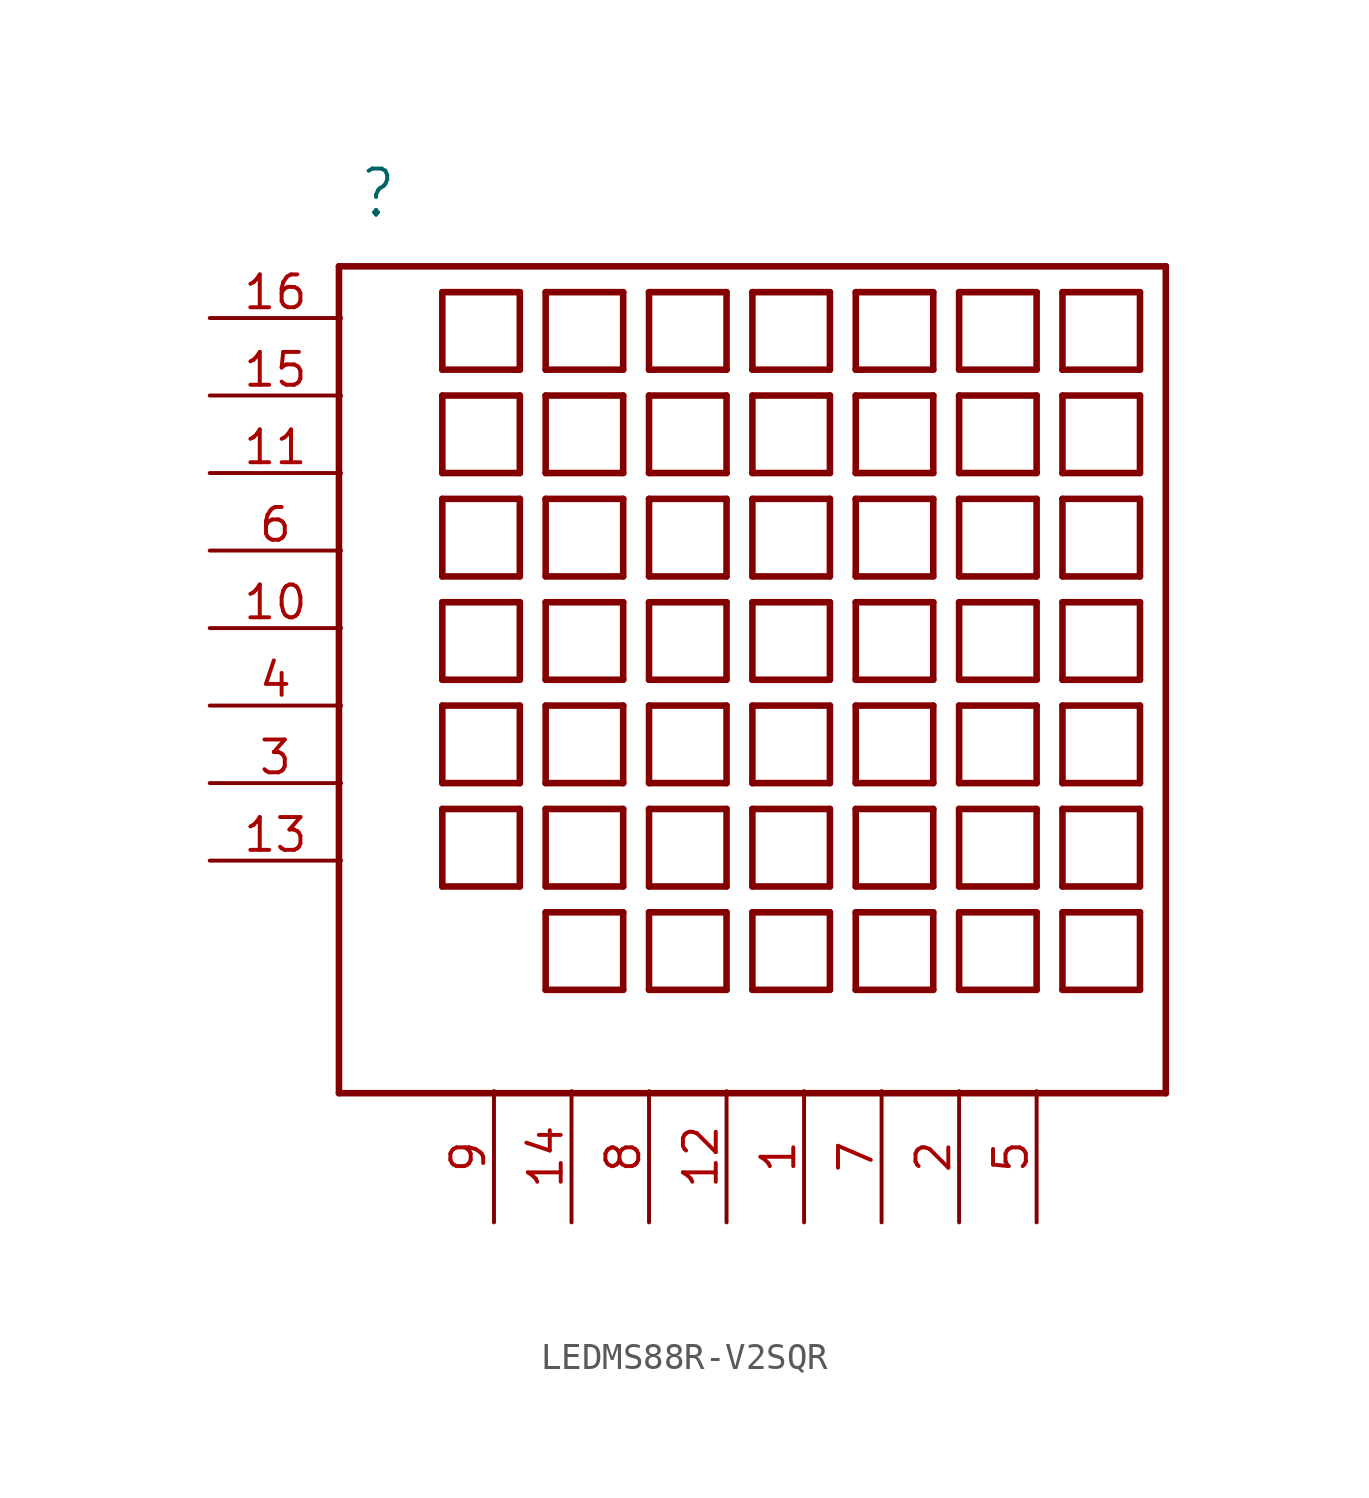
<source format=kicad_sym>
(kicad_symbol_lib
  (version 20211014)
  (generator kicad_symbol_editor)
  (symbol "LEDMS88R-V2SQR"
    (property "Reference" ""
      (at -15.24 17.78 0)
      (effects (font (size 1.778 1.511)) (justify left bottom)))
    (property "ki_locked" ""
      (at 0 0 0)
      (effects (font (size 1.27 1.27))))
    (symbol "LEDMS88R-V2SQR_1_0"
      (polyline (pts (xy -16 -16) (xy -16 16)) (stroke (width 0.254) (type default) (color 0 0 0 0)) (fill (type none)))
      (polyline (pts (xy -16 16) (xy 16 16)) (stroke (width 0.254) (type default) (color 0 0 0 0)) (fill (type none)))
      (polyline (pts (xy -12 -8) (xy -12 -5)) (stroke (width 0.254) (type default) (color 0 0 0 0)) (fill (type none)))
      (polyline (pts (xy -12 -5) (xy -9 -5)) (stroke (width 0.254) (type default) (color 0 0 0 0)) (fill (type none)))
      (polyline (pts (xy -12 -4) (xy -12 -1)) (stroke (width 0.254) (type default) (color 0 0 0 0)) (fill (type none)))
      (polyline (pts (xy -12 -1) (xy -9 -1)) (stroke (width 0.254) (type default) (color 0 0 0 0)) (fill (type none)))
      (polyline (pts (xy -12 0) (xy -12 3)) (stroke (width 0.254) (type default) (color 0 0 0 0)) (fill (type none)))
      (polyline (pts (xy -12 3) (xy -9 3)) (stroke (width 0.254) (type default) (color 0 0 0 0)) (fill (type none)))
      (polyline (pts (xy -12 4) (xy -12 7)) (stroke (width 0.254) (type default) (color 0 0 0 0)) (fill (type none)))
      (polyline (pts (xy -12 7) (xy -9 7)) (stroke (width 0.254) (type default) (color 0 0 0 0)) (fill (type none)))
      (polyline (pts (xy -12 8) (xy -12 11)) (stroke (width 0.254) (type default) (color 0 0 0 0)) (fill (type none)))
      (polyline (pts (xy -12 11) (xy -9 11)) (stroke (width 0.254) (type default) (color 0 0 0 0)) (fill (type none)))
      (polyline (pts (xy -12 12) (xy -12 15)) (stroke (width 0.254) (type default) (color 0 0 0 0)) (fill (type none)))
      (polyline (pts (xy -12 15) (xy -9 15)) (stroke (width 0.254) (type default) (color 0 0 0 0)) (fill (type none)))
      (polyline (pts (xy -9 -8) (xy -12 -8)) (stroke (width 0.254) (type default) (color 0 0 0 0)) (fill (type none)))
      (polyline (pts (xy -9 -5) (xy -9 -8)) (stroke (width 0.254) (type default) (color 0 0 0 0)) (fill (type none)))
      (polyline (pts (xy -9 -4) (xy -12 -4)) (stroke (width 0.254) (type default) (color 0 0 0 0)) (fill (type none)))
      (polyline (pts (xy -9 -1) (xy -9 -4)) (stroke (width 0.254) (type default) (color 0 0 0 0)) (fill (type none)))
      (polyline (pts (xy -9 0) (xy -12 0)) (stroke (width 0.254) (type default) (color 0 0 0 0)) (fill (type none)))
      (polyline (pts (xy -9 3) (xy -9 0)) (stroke (width 0.254) (type default) (color 0 0 0 0)) (fill (type none)))
      (polyline (pts (xy -9 4) (xy -12 4)) (stroke (width 0.254) (type default) (color 0 0 0 0)) (fill (type none)))
      (polyline (pts (xy -9 7) (xy -9 4)) (stroke (width 0.254) (type default) (color 0 0 0 0)) (fill (type none)))
      (polyline (pts (xy -9 8) (xy -12 8)) (stroke (width 0.254) (type default) (color 0 0 0 0)) (fill (type none)))
      (polyline (pts (xy -9 11) (xy -9 8)) (stroke (width 0.254) (type default) (color 0 0 0 0)) (fill (type none)))
      (polyline (pts (xy -9 12) (xy -12 12)) (stroke (width 0.254) (type default) (color 0 0 0 0)) (fill (type none)))
      (polyline (pts (xy -9 15) (xy -9 12)) (stroke (width 0.254) (type default) (color 0 0 0 0)) (fill (type none)))
      (polyline (pts (xy -8 -12) (xy -8 -9)) (stroke (width 0.254) (type default) (color 0 0 0 0)) (fill (type none)))
      (polyline (pts (xy -8 -9) (xy -5 -9)) (stroke (width 0.254) (type default) (color 0 0 0 0)) (fill (type none)))
      (polyline (pts (xy -8 -8) (xy -8 -5)) (stroke (width 0.254) (type default) (color 0 0 0 0)) (fill (type none)))
      (polyline (pts (xy -8 -5) (xy -5 -5)) (stroke (width 0.254) (type default) (color 0 0 0 0)) (fill (type none)))
      (polyline (pts (xy -8 -4) (xy -8 -1)) (stroke (width 0.254) (type default) (color 0 0 0 0)) (fill (type none)))
      (polyline (pts (xy -8 -1) (xy -5 -1)) (stroke (width 0.254) (type default) (color 0 0 0 0)) (fill (type none)))
      (polyline (pts (xy -8 0) (xy -8 3)) (stroke (width 0.254) (type default) (color 0 0 0 0)) (fill (type none)))
      (polyline (pts (xy -8 3) (xy -5 3)) (stroke (width 0.254) (type default) (color 0 0 0 0)) (fill (type none)))
      (polyline (pts (xy -8 4) (xy -8 7)) (stroke (width 0.254) (type default) (color 0 0 0 0)) (fill (type none)))
      (polyline (pts (xy -8 7) (xy -5 7)) (stroke (width 0.254) (type default) (color 0 0 0 0)) (fill (type none)))
      (polyline (pts (xy -8 8) (xy -8 11)) (stroke (width 0.254) (type default) (color 0 0 0 0)) (fill (type none)))
      (polyline (pts (xy -8 11) (xy -5 11)) (stroke (width 0.254) (type default) (color 0 0 0 0)) (fill (type none)))
      (polyline (pts (xy -8 12) (xy -8 15)) (stroke (width 0.254) (type default) (color 0 0 0 0)) (fill (type none)))
      (polyline (pts (xy -8 15) (xy -5 15)) (stroke (width 0.254) (type default) (color 0 0 0 0)) (fill (type none)))
      (polyline (pts (xy -5 -12) (xy -8 -12)) (stroke (width 0.254) (type default) (color 0 0 0 0)) (fill (type none)))
      (polyline (pts (xy -5 -9) (xy -5 -12)) (stroke (width 0.254) (type default) (color 0 0 0 0)) (fill (type none)))
      (polyline (pts (xy -5 -8) (xy -8 -8)) (stroke (width 0.254) (type default) (color 0 0 0 0)) (fill (type none)))
      (polyline (pts (xy -5 -5) (xy -5 -8)) (stroke (width 0.254) (type default) (color 0 0 0 0)) (fill (type none)))
      (polyline (pts (xy -5 -4) (xy -8 -4)) (stroke (width 0.254) (type default) (color 0 0 0 0)) (fill (type none)))
      (polyline (pts (xy -5 -1) (xy -5 -4)) (stroke (width 0.254) (type default) (color 0 0 0 0)) (fill (type none)))
      (polyline (pts (xy -5 0) (xy -8 0)) (stroke (width 0.254) (type default) (color 0 0 0 0)) (fill (type none)))
      (polyline (pts (xy -5 3) (xy -5 0)) (stroke (width 0.254) (type default) (color 0 0 0 0)) (fill (type none)))
      (polyline (pts (xy -5 4) (xy -8 4)) (stroke (width 0.254) (type default) (color 0 0 0 0)) (fill (type none)))
      (polyline (pts (xy -5 7) (xy -5 4)) (stroke (width 0.254) (type default) (color 0 0 0 0)) (fill (type none)))
      (polyline (pts (xy -5 8) (xy -8 8)) (stroke (width 0.254) (type default) (color 0 0 0 0)) (fill (type none)))
      (polyline (pts (xy -5 11) (xy -5 8)) (stroke (width 0.254) (type default) (color 0 0 0 0)) (fill (type none)))
      (polyline (pts (xy -5 12) (xy -8 12)) (stroke (width 0.254) (type default) (color 0 0 0 0)) (fill (type none)))
      (polyline (pts (xy -5 15) (xy -5 12)) (stroke (width 0.254) (type default) (color 0 0 0 0)) (fill (type none)))
      (polyline (pts (xy -4 -12) (xy -4 -9)) (stroke (width 0.254) (type default) (color 0 0 0 0)) (fill (type none)))
      (polyline (pts (xy -4 -9) (xy -1 -9)) (stroke (width 0.254) (type default) (color 0 0 0 0)) (fill (type none)))
      (polyline (pts (xy -4 -8) (xy -4 -5)) (stroke (width 0.254) (type default) (color 0 0 0 0)) (fill (type none)))
      (polyline (pts (xy -4 -5) (xy -1 -5)) (stroke (width 0.254) (type default) (color 0 0 0 0)) (fill (type none)))
      (polyline (pts (xy -4 -4) (xy -4 -1)) (stroke (width 0.254) (type default) (color 0 0 0 0)) (fill (type none)))
      (polyline (pts (xy -4 -1) (xy -1 -1)) (stroke (width 0.254) (type default) (color 0 0 0 0)) (fill (type none)))
      (polyline (pts (xy -4 0) (xy -4 3)) (stroke (width 0.254) (type default) (color 0 0 0 0)) (fill (type none)))
      (polyline (pts (xy -4 3) (xy -1 3)) (stroke (width 0.254) (type default) (color 0 0 0 0)) (fill (type none)))
      (polyline (pts (xy -4 4) (xy -4 7)) (stroke (width 0.254) (type default) (color 0 0 0 0)) (fill (type none)))
      (polyline (pts (xy -4 7) (xy -1 7)) (stroke (width 0.254) (type default) (color 0 0 0 0)) (fill (type none)))
      (polyline (pts (xy -4 8) (xy -4 11)) (stroke (width 0.254) (type default) (color 0 0 0 0)) (fill (type none)))
      (polyline (pts (xy -4 11) (xy -1 11)) (stroke (width 0.254) (type default) (color 0 0 0 0)) (fill (type none)))
      (polyline (pts (xy -4 12) (xy -4 15)) (stroke (width 0.254) (type default) (color 0 0 0 0)) (fill (type none)))
      (polyline (pts (xy -4 15) (xy -1 15)) (stroke (width 0.254) (type default) (color 0 0 0 0)) (fill (type none)))
      (polyline (pts (xy -1 -12) (xy -4 -12)) (stroke (width 0.254) (type default) (color 0 0 0 0)) (fill (type none)))
      (polyline (pts (xy -1 -9) (xy -1 -12)) (stroke (width 0.254) (type default) (color 0 0 0 0)) (fill (type none)))
      (polyline (pts (xy -1 -8) (xy -4 -8)) (stroke (width 0.254) (type default) (color 0 0 0 0)) (fill (type none)))
      (polyline (pts (xy -1 -5) (xy -1 -8)) (stroke (width 0.254) (type default) (color 0 0 0 0)) (fill (type none)))
      (polyline (pts (xy -1 -4) (xy -4 -4)) (stroke (width 0.254) (type default) (color 0 0 0 0)) (fill (type none)))
      (polyline (pts (xy -1 -1) (xy -1 -4)) (stroke (width 0.254) (type default) (color 0 0 0 0)) (fill (type none)))
      (polyline (pts (xy -1 0) (xy -4 0)) (stroke (width 0.254) (type default) (color 0 0 0 0)) (fill (type none)))
      (polyline (pts (xy -1 3) (xy -1 0)) (stroke (width 0.254) (type default) (color 0 0 0 0)) (fill (type none)))
      (polyline (pts (xy -1 4) (xy -4 4)) (stroke (width 0.254) (type default) (color 0 0 0 0)) (fill (type none)))
      (polyline (pts (xy -1 7) (xy -1 4)) (stroke (width 0.254) (type default) (color 0 0 0 0)) (fill (type none)))
      (polyline (pts (xy -1 8) (xy -4 8)) (stroke (width 0.254) (type default) (color 0 0 0 0)) (fill (type none)))
      (polyline (pts (xy -1 11) (xy -1 8)) (stroke (width 0.254) (type default) (color 0 0 0 0)) (fill (type none)))
      (polyline (pts (xy -1 12) (xy -4 12)) (stroke (width 0.254) (type default) (color 0 0 0 0)) (fill (type none)))
      (polyline (pts (xy -1 15) (xy -1 12)) (stroke (width 0.254) (type default) (color 0 0 0 0)) (fill (type none)))
      (polyline (pts (xy 0 -12) (xy 0 -9)) (stroke (width 0.254) (type default) (color 0 0 0 0)) (fill (type none)))
      (polyline (pts (xy 0 -9) (xy 3 -9)) (stroke (width 0.254) (type default) (color 0 0 0 0)) (fill (type none)))
      (polyline (pts (xy 0 -8) (xy 0 -5)) (stroke (width 0.254) (type default) (color 0 0 0 0)) (fill (type none)))
      (polyline (pts (xy 0 -5) (xy 3 -5)) (stroke (width 0.254) (type default) (color 0 0 0 0)) (fill (type none)))
      (polyline (pts (xy 0 -4) (xy 0 -1)) (stroke (width 0.254) (type default) (color 0 0 0 0)) (fill (type none)))
      (polyline (pts (xy 0 -1) (xy 3 -1)) (stroke (width 0.254) (type default) (color 0 0 0 0)) (fill (type none)))
      (polyline (pts (xy 0 0) (xy 0 3)) (stroke (width 0.254) (type default) (color 0 0 0 0)) (fill (type none)))
      (polyline (pts (xy 0 3) (xy 3 3)) (stroke (width 0.254) (type default) (color 0 0 0 0)) (fill (type none)))
      (polyline (pts (xy 0 4) (xy 0 7)) (stroke (width 0.254) (type default) (color 0 0 0 0)) (fill (type none)))
      (polyline (pts (xy 0 7) (xy 3 7)) (stroke (width 0.254) (type default) (color 0 0 0 0)) (fill (type none)))
      (polyline (pts (xy 0 8) (xy 0 11)) (stroke (width 0.254) (type default) (color 0 0 0 0)) (fill (type none)))
      (polyline (pts (xy 0 11) (xy 3 11)) (stroke (width 0.254) (type default) (color 0 0 0 0)) (fill (type none)))
      (polyline (pts (xy 0 12) (xy 0 15)) (stroke (width 0.254) (type default) (color 0 0 0 0)) (fill (type none)))
      (polyline (pts (xy 0 15) (xy 3 15)) (stroke (width 0.254) (type default) (color 0 0 0 0)) (fill (type none)))
      (polyline (pts (xy 3 -12) (xy 0 -12)) (stroke (width 0.254) (type default) (color 0 0 0 0)) (fill (type none)))
      (polyline (pts (xy 3 -9) (xy 3 -12)) (stroke (width 0.254) (type default) (color 0 0 0 0)) (fill (type none)))
      (polyline (pts (xy 3 -8) (xy 0 -8)) (stroke (width 0.254) (type default) (color 0 0 0 0)) (fill (type none)))
      (polyline (pts (xy 3 -5) (xy 3 -8)) (stroke (width 0.254) (type default) (color 0 0 0 0)) (fill (type none)))
      (polyline (pts (xy 3 -4) (xy 0 -4)) (stroke (width 0.254) (type default) (color 0 0 0 0)) (fill (type none)))
      (polyline (pts (xy 3 -1) (xy 3 -4)) (stroke (width 0.254) (type default) (color 0 0 0 0)) (fill (type none)))
      (polyline (pts (xy 3 0) (xy 0 0)) (stroke (width 0.254) (type default) (color 0 0 0 0)) (fill (type none)))
      (polyline (pts (xy 3 3) (xy 3 0)) (stroke (width 0.254) (type default) (color 0 0 0 0)) (fill (type none)))
      (polyline (pts (xy 3 4) (xy 0 4)) (stroke (width 0.254) (type default) (color 0 0 0 0)) (fill (type none)))
      (polyline (pts (xy 3 7) (xy 3 4)) (stroke (width 0.254) (type default) (color 0 0 0 0)) (fill (type none)))
      (polyline (pts (xy 3 8) (xy 0 8)) (stroke (width 0.254) (type default) (color 0 0 0 0)) (fill (type none)))
      (polyline (pts (xy 3 11) (xy 3 8)) (stroke (width 0.254) (type default) (color 0 0 0 0)) (fill (type none)))
      (polyline (pts (xy 3 12) (xy 0 12)) (stroke (width 0.254) (type default) (color 0 0 0 0)) (fill (type none)))
      (polyline (pts (xy 3 15) (xy 3 12)) (stroke (width 0.254) (type default) (color 0 0 0 0)) (fill (type none)))
      (polyline (pts (xy 4 -12) (xy 4 -9)) (stroke (width 0.254) (type default) (color 0 0 0 0)) (fill (type none)))
      (polyline (pts (xy 4 -9) (xy 7 -9)) (stroke (width 0.254) (type default) (color 0 0 0 0)) (fill (type none)))
      (polyline (pts (xy 4 -8) (xy 4 -5)) (stroke (width 0.254) (type default) (color 0 0 0 0)) (fill (type none)))
      (polyline (pts (xy 4 -5) (xy 7 -5)) (stroke (width 0.254) (type default) (color 0 0 0 0)) (fill (type none)))
      (polyline (pts (xy 4 -4) (xy 4 -1)) (stroke (width 0.254) (type default) (color 0 0 0 0)) (fill (type none)))
      (polyline (pts (xy 4 -1) (xy 7 -1)) (stroke (width 0.254) (type default) (color 0 0 0 0)) (fill (type none)))
      (polyline (pts (xy 4 0) (xy 4 3)) (stroke (width 0.254) (type default) (color 0 0 0 0)) (fill (type none)))
      (polyline (pts (xy 4 3) (xy 7 3)) (stroke (width 0.254) (type default) (color 0 0 0 0)) (fill (type none)))
      (polyline (pts (xy 4 4) (xy 4 7)) (stroke (width 0.254) (type default) (color 0 0 0 0)) (fill (type none)))
      (polyline (pts (xy 4 7) (xy 7 7)) (stroke (width 0.254) (type default) (color 0 0 0 0)) (fill (type none)))
      (polyline (pts (xy 4 8) (xy 4 11)) (stroke (width 0.254) (type default) (color 0 0 0 0)) (fill (type none)))
      (polyline (pts (xy 4 11) (xy 7 11)) (stroke (width 0.254) (type default) (color 0 0 0 0)) (fill (type none)))
      (polyline (pts (xy 4 12) (xy 4 15)) (stroke (width 0.254) (type default) (color 0 0 0 0)) (fill (type none)))
      (polyline (pts (xy 4 15) (xy 7 15)) (stroke (width 0.254) (type default) (color 0 0 0 0)) (fill (type none)))
      (polyline (pts (xy 7 -12) (xy 4 -12)) (stroke (width 0.254) (type default) (color 0 0 0 0)) (fill (type none)))
      (polyline (pts (xy 7 -9) (xy 7 -12)) (stroke (width 0.254) (type default) (color 0 0 0 0)) (fill (type none)))
      (polyline (pts (xy 7 -8) (xy 4 -8)) (stroke (width 0.254) (type default) (color 0 0 0 0)) (fill (type none)))
      (polyline (pts (xy 7 -5) (xy 7 -8)) (stroke (width 0.254) (type default) (color 0 0 0 0)) (fill (type none)))
      (polyline (pts (xy 7 -4) (xy 4 -4)) (stroke (width 0.254) (type default) (color 0 0 0 0)) (fill (type none)))
      (polyline (pts (xy 7 -1) (xy 7 -4)) (stroke (width 0.254) (type default) (color 0 0 0 0)) (fill (type none)))
      (polyline (pts (xy 7 0) (xy 4 0)) (stroke (width 0.254) (type default) (color 0 0 0 0)) (fill (type none)))
      (polyline (pts (xy 7 3) (xy 7 0)) (stroke (width 0.254) (type default) (color 0 0 0 0)) (fill (type none)))
      (polyline (pts (xy 7 4) (xy 4 4)) (stroke (width 0.254) (type default) (color 0 0 0 0)) (fill (type none)))
      (polyline (pts (xy 7 7) (xy 7 4)) (stroke (width 0.254) (type default) (color 0 0 0 0)) (fill (type none)))
      (polyline (pts (xy 7 8) (xy 4 8)) (stroke (width 0.254) (type default) (color 0 0 0 0)) (fill (type none)))
      (polyline (pts (xy 7 11) (xy 7 8)) (stroke (width 0.254) (type default) (color 0 0 0 0)) (fill (type none)))
      (polyline (pts (xy 7 12) (xy 4 12)) (stroke (width 0.254) (type default) (color 0 0 0 0)) (fill (type none)))
      (polyline (pts (xy 7 15) (xy 7 12)) (stroke (width 0.254) (type default) (color 0 0 0 0)) (fill (type none)))
      (polyline (pts (xy 8 -12) (xy 8 -9)) (stroke (width 0.254) (type default) (color 0 0 0 0)) (fill (type none)))
      (polyline (pts (xy 8 -9) (xy 11 -9)) (stroke (width 0.254) (type default) (color 0 0 0 0)) (fill (type none)))
      (polyline (pts (xy 8 -8) (xy 8 -5)) (stroke (width 0.254) (type default) (color 0 0 0 0)) (fill (type none)))
      (polyline (pts (xy 8 -5) (xy 11 -5)) (stroke (width 0.254) (type default) (color 0 0 0 0)) (fill (type none)))
      (polyline (pts (xy 8 -4) (xy 8 -1)) (stroke (width 0.254) (type default) (color 0 0 0 0)) (fill (type none)))
      (polyline (pts (xy 8 -1) (xy 11 -1)) (stroke (width 0.254) (type default) (color 0 0 0 0)) (fill (type none)))
      (polyline (pts (xy 8 0) (xy 8 3)) (stroke (width 0.254) (type default) (color 0 0 0 0)) (fill (type none)))
      (polyline (pts (xy 8 3) (xy 11 3)) (stroke (width 0.254) (type default) (color 0 0 0 0)) (fill (type none)))
      (polyline (pts (xy 8 4) (xy 8 7)) (stroke (width 0.254) (type default) (color 0 0 0 0)) (fill (type none)))
      (polyline (pts (xy 8 7) (xy 11 7)) (stroke (width 0.254) (type default) (color 0 0 0 0)) (fill (type none)))
      (polyline (pts (xy 8 8) (xy 8 11)) (stroke (width 0.254) (type default) (color 0 0 0 0)) (fill (type none)))
      (polyline (pts (xy 8 11) (xy 11 11)) (stroke (width 0.254) (type default) (color 0 0 0 0)) (fill (type none)))
      (polyline (pts (xy 8 12) (xy 8 15)) (stroke (width 0.254) (type default) (color 0 0 0 0)) (fill (type none)))
      (polyline (pts (xy 8 15) (xy 11 15)) (stroke (width 0.254) (type default) (color 0 0 0 0)) (fill (type none)))
      (polyline (pts (xy 11 -12) (xy 8 -12)) (stroke (width 0.254) (type default) (color 0 0 0 0)) (fill (type none)))
      (polyline (pts (xy 11 -9) (xy 11 -12)) (stroke (width 0.254) (type default) (color 0 0 0 0)) (fill (type none)))
      (polyline (pts (xy 11 -8) (xy 8 -8)) (stroke (width 0.254) (type default) (color 0 0 0 0)) (fill (type none)))
      (polyline (pts (xy 11 -5) (xy 11 -8)) (stroke (width 0.254) (type default) (color 0 0 0 0)) (fill (type none)))
      (polyline (pts (xy 11 -4) (xy 8 -4)) (stroke (width 0.254) (type default) (color 0 0 0 0)) (fill (type none)))
      (polyline (pts (xy 11 -1) (xy 11 -4)) (stroke (width 0.254) (type default) (color 0 0 0 0)) (fill (type none)))
      (polyline (pts (xy 11 0) (xy 8 0)) (stroke (width 0.254) (type default) (color 0 0 0 0)) (fill (type none)))
      (polyline (pts (xy 11 3) (xy 11 0)) (stroke (width 0.254) (type default) (color 0 0 0 0)) (fill (type none)))
      (polyline (pts (xy 11 4) (xy 8 4)) (stroke (width 0.254) (type default) (color 0 0 0 0)) (fill (type none)))
      (polyline (pts (xy 11 7) (xy 11 4)) (stroke (width 0.254) (type default) (color 0 0 0 0)) (fill (type none)))
      (polyline (pts (xy 11 8) (xy 8 8)) (stroke (width 0.254) (type default) (color 0 0 0 0)) (fill (type none)))
      (polyline (pts (xy 11 11) (xy 11 8)) (stroke (width 0.254) (type default) (color 0 0 0 0)) (fill (type none)))
      (polyline (pts (xy 11 12) (xy 8 12)) (stroke (width 0.254) (type default) (color 0 0 0 0)) (fill (type none)))
      (polyline (pts (xy 11 15) (xy 11 12)) (stroke (width 0.254) (type default) (color 0 0 0 0)) (fill (type none)))
      (polyline (pts (xy 12 -12) (xy 12 -9)) (stroke (width 0.254) (type default) (color 0 0 0 0)) (fill (type none)))
      (polyline (pts (xy 12 -9) (xy 15 -9)) (stroke (width 0.254) (type default) (color 0 0 0 0)) (fill (type none)))
      (polyline (pts (xy 12 -8) (xy 12 -5)) (stroke (width 0.254) (type default) (color 0 0 0 0)) (fill (type none)))
      (polyline (pts (xy 12 -5) (xy 15 -5)) (stroke (width 0.254) (type default) (color 0 0 0 0)) (fill (type none)))
      (polyline (pts (xy 12 -4) (xy 12 -1)) (stroke (width 0.254) (type default) (color 0 0 0 0)) (fill (type none)))
      (polyline (pts (xy 12 -1) (xy 15 -1)) (stroke (width 0.254) (type default) (color 0 0 0 0)) (fill (type none)))
      (polyline (pts (xy 12 0) (xy 12 3)) (stroke (width 0.254) (type default) (color 0 0 0 0)) (fill (type none)))
      (polyline (pts (xy 12 3) (xy 15 3)) (stroke (width 0.254) (type default) (color 0 0 0 0)) (fill (type none)))
      (polyline (pts (xy 12 4) (xy 12 7)) (stroke (width 0.254) (type default) (color 0 0 0 0)) (fill (type none)))
      (polyline (pts (xy 12 7) (xy 15 7)) (stroke (width 0.254) (type default) (color 0 0 0 0)) (fill (type none)))
      (polyline (pts (xy 12 8) (xy 12 11)) (stroke (width 0.254) (type default) (color 0 0 0 0)) (fill (type none)))
      (polyline (pts (xy 12 11) (xy 15 11)) (stroke (width 0.254) (type default) (color 0 0 0 0)) (fill (type none)))
      (polyline (pts (xy 12 12) (xy 12 15)) (stroke (width 0.254) (type default) (color 0 0 0 0)) (fill (type none)))
      (polyline (pts (xy 12 15) (xy 15 15)) (stroke (width 0.254) (type default) (color 0 0 0 0)) (fill (type none)))
      (polyline (pts (xy 15 -12) (xy 12 -12)) (stroke (width 0.254) (type default) (color 0 0 0 0)) (fill (type none)))
      (polyline (pts (xy 15 -9) (xy 15 -12)) (stroke (width 0.254) (type default) (color 0 0 0 0)) (fill (type none)))
      (polyline (pts (xy 15 -8) (xy 12 -8)) (stroke (width 0.254) (type default) (color 0 0 0 0)) (fill (type none)))
      (polyline (pts (xy 15 -5) (xy 15 -8)) (stroke (width 0.254) (type default) (color 0 0 0 0)) (fill (type none)))
      (polyline (pts (xy 15 -4) (xy 12 -4)) (stroke (width 0.254) (type default) (color 0 0 0 0)) (fill (type none)))
      (polyline (pts (xy 15 -1) (xy 15 -4)) (stroke (width 0.254) (type default) (color 0 0 0 0)) (fill (type none)))
      (polyline (pts (xy 15 0) (xy 12 0)) (stroke (width 0.254) (type default) (color 0 0 0 0)) (fill (type none)))
      (polyline (pts (xy 15 3) (xy 15 0)) (stroke (width 0.254) (type default) (color 0 0 0 0)) (fill (type none)))
      (polyline (pts (xy 15 4) (xy 12 4)) (stroke (width 0.254) (type default) (color 0 0 0 0)) (fill (type none)))
      (polyline (pts (xy 15 7) (xy 15 4)) (stroke (width 0.254) (type default) (color 0 0 0 0)) (fill (type none)))
      (polyline (pts (xy 15 8) (xy 12 8)) (stroke (width 0.254) (type default) (color 0 0 0 0)) (fill (type none)))
      (polyline (pts (xy 15 11) (xy 15 8)) (stroke (width 0.254) (type default) (color 0 0 0 0)) (fill (type none)))
      (polyline (pts (xy 15 12) (xy 12 12)) (stroke (width 0.254) (type default) (color 0 0 0 0)) (fill (type none)))
      (polyline (pts (xy 15 15) (xy 15 12)) (stroke (width 0.254) (type default) (color 0 0 0 0)) (fill (type none)))
      (polyline (pts (xy 16 -16) (xy -16 -16)) (stroke (width 0.254) (type default) (color 0 0 0 0)) (fill (type none)))
      (polyline (pts (xy 16 16) (xy 16 -16)) (stroke (width 0.254) (type default) (color 0 0 0 0)) (fill (type none)))
      (pin bidirectional line (at 2 -21 90) (length 5.08) (name "P$1" (effects (font (size 0 0)))) (number "1" (effects (font (size 1.27 1.27)))))
      (pin bidirectional line (at -21 2 0) (length 5.08) (name "P$10" (effects (font (size 0 0)))) (number "10" (effects (font (size 1.27 1.27)))))
      (pin bidirectional line (at -21 8 0) (length 5.08) (name "P$11" (effects (font (size 0 0)))) (number "11" (effects (font (size 1.27 1.27)))))
      (pin bidirectional line (at -1 -21 90) (length 5.08) (name "P$12" (effects (font (size 0 0)))) (number "12" (effects (font (size 1.27 1.27)))))
      (pin bidirectional line (at -21 -7 0) (length 5.08) (name "P$13" (effects (font (size 0 0)))) (number "13" (effects (font (size 1.27 1.27)))))
      (pin bidirectional line (at -7 -21 90) (length 5.08) (name "P$14" (effects (font (size 0 0)))) (number "14" (effects (font (size 1.27 1.27)))))
      (pin bidirectional line (at -21 11 0) (length 5.08) (name "P$15" (effects (font (size 0 0)))) (number "15" (effects (font (size 1.27 1.27)))))
      (pin bidirectional line (at -21 14 0) (length 5.08) (name "P$16" (effects (font (size 0 0)))) (number "16" (effects (font (size 1.27 1.27)))))
      (pin bidirectional line (at 8 -21 90) (length 5.08) (name "P$2" (effects (font (size 0 0)))) (number "2" (effects (font (size 1.27 1.27)))))
      (pin bidirectional line (at -21 -4 0) (length 5.08) (name "P$3" (effects (font (size 0 0)))) (number "3" (effects (font (size 1.27 1.27)))))
      (pin bidirectional line (at -21 -1 0) (length 5.08) (name "P$4" (effects (font (size 0 0)))) (number "4" (effects (font (size 1.27 1.27)))))
      (pin bidirectional line (at 11 -21 90) (length 5.08) (name "P$5" (effects (font (size 0 0)))) (number "5" (effects (font (size 1.27 1.27)))))
      (pin bidirectional line (at -21 5 0) (length 5.08) (name "P$6" (effects (font (size 0 0)))) (number "6" (effects (font (size 1.27 1.27)))))
      (pin bidirectional line (at 5 -21 90) (length 5.08) (name "P$7" (effects (font (size 0 0)))) (number "7" (effects (font (size 1.27 1.27)))))
      (pin bidirectional line (at -4 -21 90) (length 5.08) (name "P$8" (effects (font (size 0 0)))) (number "8" (effects (font (size 1.27 1.27)))))
      (pin bidirectional line (at -10 -21 90) (length 5.08) (name "P$9" (effects (font (size 0 0)))) (number "9" (effects (font (size 1.27 1.27))))))))
</source>
